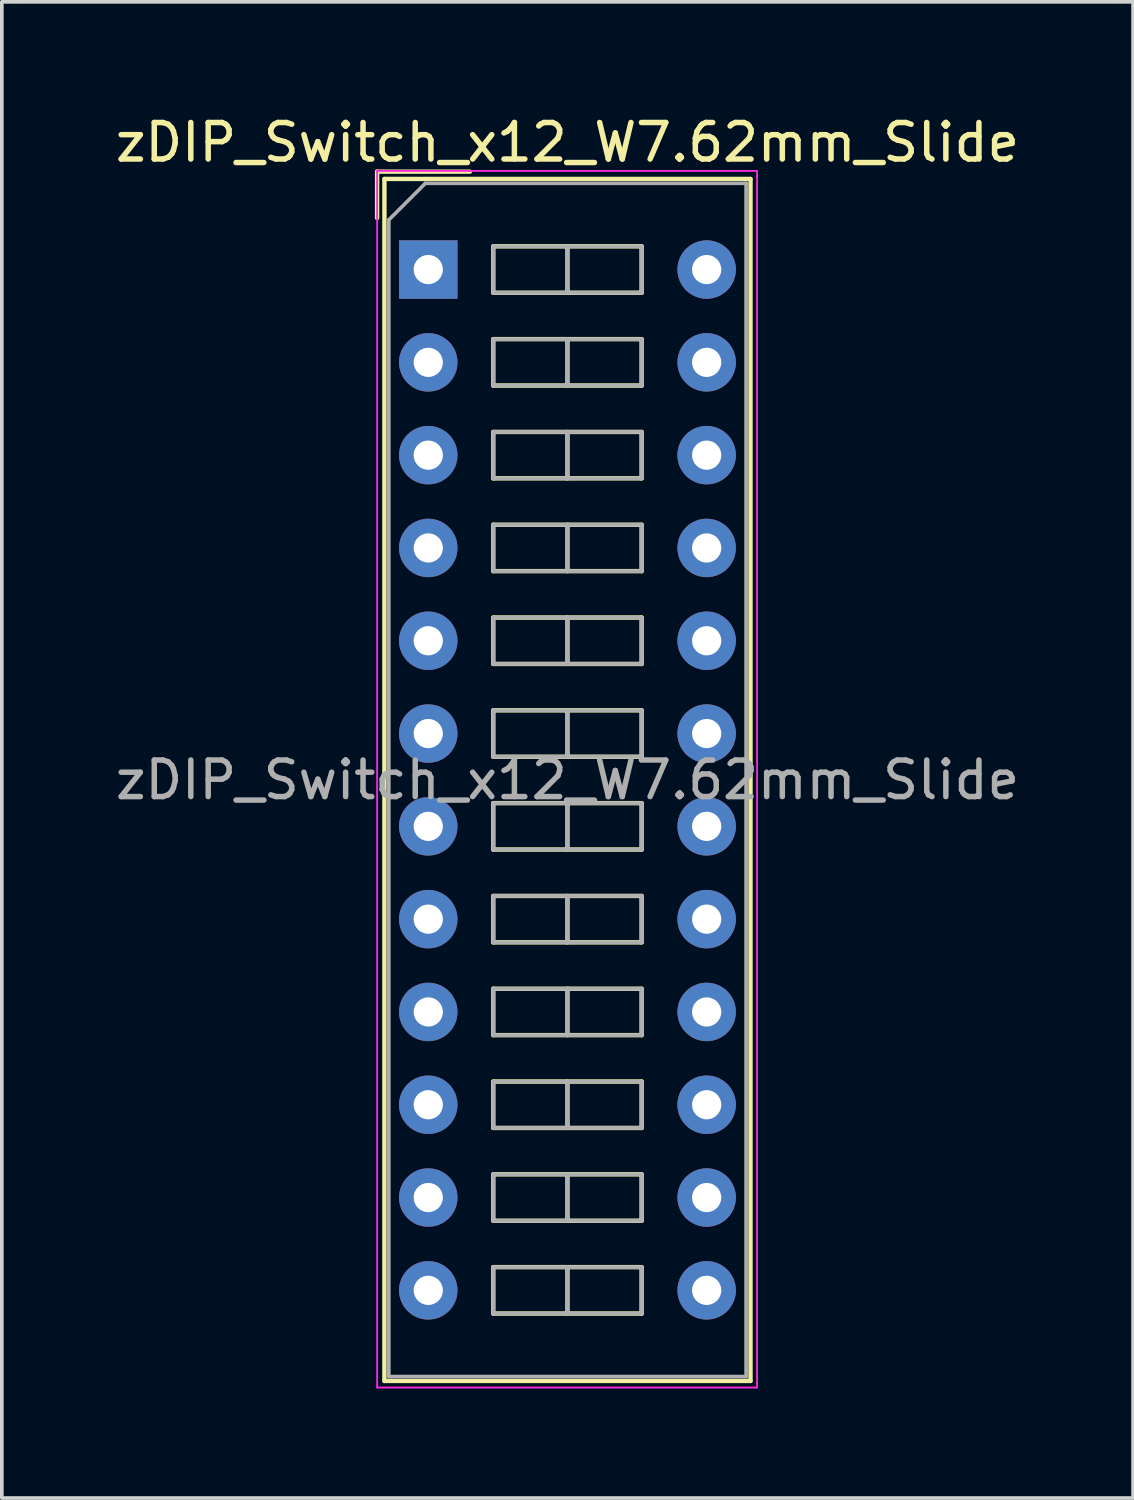
<source format=kicad_pcb>
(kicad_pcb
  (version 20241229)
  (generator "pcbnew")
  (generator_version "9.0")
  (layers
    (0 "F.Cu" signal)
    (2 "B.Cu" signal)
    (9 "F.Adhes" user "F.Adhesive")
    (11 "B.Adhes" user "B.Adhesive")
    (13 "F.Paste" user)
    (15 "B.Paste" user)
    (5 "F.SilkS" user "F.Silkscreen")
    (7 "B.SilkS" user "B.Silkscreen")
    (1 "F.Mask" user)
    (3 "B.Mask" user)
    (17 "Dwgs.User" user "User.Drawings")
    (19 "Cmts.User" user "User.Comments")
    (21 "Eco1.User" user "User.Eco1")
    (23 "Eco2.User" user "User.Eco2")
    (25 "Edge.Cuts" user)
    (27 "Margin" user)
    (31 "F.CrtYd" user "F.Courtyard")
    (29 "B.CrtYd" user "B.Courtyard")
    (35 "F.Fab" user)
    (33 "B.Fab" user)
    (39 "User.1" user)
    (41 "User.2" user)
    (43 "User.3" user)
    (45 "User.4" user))
  (footprint "zDIP_Switch_x12_W7.62mm_Slide"
    (layer "F.Cu")
    (at 8.672 4.328)
    (property "Reference" "zDIP_Switch_x12_W7.62mm_Slide" (at 3.81 -3.48 0) (layer "F.SilkS") (effects (font (size 1 1) (thickness 0.15))))
    (attr through_hole)
    (fp_line (start -1.4 -2.68) (end -1.4 -1.41) (stroke (width 0.12) (type solid)) (layer "F.SilkS"))
    (fp_line (start -1.4 -2.68) (end 1.14 -2.68) (stroke (width 0.12) (type solid)) (layer "F.SilkS"))
    (fp_line (start -1.2 -2.48) (end 8.82 -2.48) (stroke (width 0.12) (type solid)) (layer "F.SilkS"))
    (fp_line (start -1.2 30.42) (end -1.2 -2.48) (stroke (width 0.12) (type solid)) (layer "F.SilkS"))
    (fp_line (start 1.78 -0.635) (end 1.78 0.635) (stroke (width 0.12) (type solid)) (layer "F.SilkS"))
    (fp_line (start 1.78 0.635) (end 5.84 0.635) (stroke (width 0.12) (type solid)) (layer "F.SilkS"))
    (fp_line (start 1.78 1.905) (end 1.78 3.175) (stroke (width 0.12) (type solid)) (layer "F.SilkS"))
    (fp_line (start 1.78 3.175) (end 5.84 3.175) (stroke (width 0.12) (type solid)) (layer "F.SilkS"))
    (fp_line (start 1.78 4.445) (end 1.78 5.715) (stroke (width 0.12) (type solid)) (layer "F.SilkS"))
    (fp_line (start 1.78 5.715) (end 5.84 5.715) (stroke (width 0.12) (type solid)) (layer "F.SilkS"))
    (fp_line (start 1.78 6.985) (end 1.78 8.255) (stroke (width 0.12) (type solid)) (layer "F.SilkS"))
    (fp_line (start 1.78 8.255) (end 5.84 8.255) (stroke (width 0.12) (type solid)) (layer "F.SilkS"))
    (fp_line (start 1.78 9.525) (end 1.78 10.795) (stroke (width 0.12) (type solid)) (layer "F.SilkS"))
    (fp_line (start 1.78 10.795) (end 5.84 10.795) (stroke (width 0.12) (type solid)) (layer "F.SilkS"))
    (fp_line (start 1.78 12.065) (end 1.78 13.335) (stroke (width 0.12) (type solid)) (layer "F.SilkS"))
    (fp_line (start 1.78 13.335) (end 5.84 13.335) (stroke (width 0.12) (type solid)) (layer "F.SilkS"))
    (fp_line (start 1.78 14.605) (end 1.78 15.875) (stroke (width 0.12) (type solid)) (layer "F.SilkS"))
    (fp_line (start 1.78 15.875) (end 5.84 15.875) (stroke (width 0.12) (type solid)) (layer "F.SilkS"))
    (fp_line (start 1.78 17.145) (end 1.78 18.415) (stroke (width 0.12) (type solid)) (layer "F.SilkS"))
    (fp_line (start 1.78 18.415) (end 5.84 18.415) (stroke (width 0.12) (type solid)) (layer "F.SilkS"))
    (fp_line (start 1.78 19.685) (end 1.78 20.955) (stroke (width 0.12) (type solid)) (layer "F.SilkS"))
    (fp_line (start 1.78 20.955) (end 5.84 20.955) (stroke (width 0.12) (type solid)) (layer "F.SilkS"))
    (fp_line (start 1.78 22.225) (end 1.78 23.495) (stroke (width 0.12) (type solid)) (layer "F.SilkS"))
    (fp_line (start 1.78 23.495) (end 5.84 23.495) (stroke (width 0.12) (type solid)) (layer "F.SilkS"))
    (fp_line (start 1.78 24.765) (end 1.78 26.035) (stroke (width 0.12) (type solid)) (layer "F.SilkS"))
    (fp_line (start 1.78 26.035) (end 5.84 26.035) (stroke (width 0.12) (type solid)) (layer "F.SilkS"))
    (fp_line (start 1.78 27.305) (end 1.78 28.575) (stroke (width 0.12) (type solid)) (layer "F.SilkS"))
    (fp_line (start 1.78 28.575) (end 5.84 28.575) (stroke (width 0.12) (type solid)) (layer "F.SilkS"))
    (fp_line (start 3.81 -0.635) (end 3.81 0.635) (stroke (width 0.12) (type solid)) (layer "F.SilkS"))
    (fp_line (start 3.81 1.905) (end 3.81 3.175) (stroke (width 0.12) (type solid)) (layer "F.SilkS"))
    (fp_line (start 3.81 4.445) (end 3.81 5.715) (stroke (width 0.12) (type solid)) (layer "F.SilkS"))
    (fp_line (start 3.81 6.985) (end 3.81 8.255) (stroke (width 0.12) (type solid)) (layer "F.SilkS"))
    (fp_line (start 3.81 9.525) (end 3.81 10.795) (stroke (width 0.12) (type solid)) (layer "F.SilkS"))
    (fp_line (start 3.81 12.065) (end 3.81 13.335) (stroke (width 0.12) (type solid)) (layer "F.SilkS"))
    (fp_line (start 3.81 14.605) (end 3.81 15.875) (stroke (width 0.12) (type solid)) (layer "F.SilkS"))
    (fp_line (start 3.81 17.145) (end 3.81 18.415) (stroke (width 0.12) (type solid)) (layer "F.SilkS"))
    (fp_line (start 3.81 19.685) (end 3.81 20.955) (stroke (width 0.12) (type solid)) (layer "F.SilkS"))
    (fp_line (start 3.81 22.225) (end 3.81 23.495) (stroke (width 0.12) (type solid)) (layer "F.SilkS"))
    (fp_line (start 3.81 24.765) (end 3.81 26.035) (stroke (width 0.12) (type solid)) (layer "F.SilkS"))
    (fp_line (start 3.81 27.305) (end 3.81 28.575) (stroke (width 0.12) (type solid)) (layer "F.SilkS"))
    (fp_line (start 5.84 -0.635) (end 1.78 -0.635) (stroke (width 0.12) (type solid)) (layer "F.SilkS"))
    (fp_line (start 5.84 0.635) (end 5.84 -0.635) (stroke (width 0.12) (type solid)) (layer "F.SilkS"))
    (fp_line (start 5.84 1.905) (end 1.78 1.905) (stroke (width 0.12) (type solid)) (layer "F.SilkS"))
    (fp_line (start 5.84 3.175) (end 5.84 1.905) (stroke (width 0.12) (type solid)) (layer "F.SilkS"))
    (fp_line (start 5.84 4.445) (end 1.78 4.445) (stroke (width 0.12) (type solid)) (layer "F.SilkS"))
    (fp_line (start 5.84 5.715) (end 5.84 4.445) (stroke (width 0.12) (type solid)) (layer "F.SilkS"))
    (fp_line (start 5.84 6.985) (end 1.78 6.985) (stroke (width 0.12) (type solid)) (layer "F.SilkS"))
    (fp_line (start 5.84 8.255) (end 5.84 6.985) (stroke (width 0.12) (type solid)) (layer "F.SilkS"))
    (fp_line (start 5.84 9.525) (end 1.78 9.525) (stroke (width 0.12) (type solid)) (layer "F.SilkS"))
    (fp_line (start 5.84 10.795) (end 5.84 9.525) (stroke (width 0.12) (type solid)) (layer "F.SilkS"))
    (fp_line (start 5.84 12.065) (end 1.78 12.065) (stroke (width 0.12) (type solid)) (layer "F.SilkS"))
    (fp_line (start 5.84 13.335) (end 5.84 12.065) (stroke (width 0.12) (type solid)) (layer "F.SilkS"))
    (fp_line (start 5.84 14.605) (end 1.78 14.605) (stroke (width 0.12) (type solid)) (layer "F.SilkS"))
    (fp_line (start 5.84 15.875) (end 5.84 14.605) (stroke (width 0.12) (type solid)) (layer "F.SilkS"))
    (fp_line (start 5.84 17.145) (end 1.78 17.145) (stroke (width 0.12) (type solid)) (layer "F.SilkS"))
    (fp_line (start 5.84 18.415) (end 5.84 17.145) (stroke (width 0.12) (type solid)) (layer "F.SilkS"))
    (fp_line (start 5.84 19.685) (end 1.78 19.685) (stroke (width 0.12) (type solid)) (layer "F.SilkS"))
    (fp_line (start 5.84 20.955) (end 5.84 19.685) (stroke (width 0.12) (type solid)) (layer "F.SilkS"))
    (fp_line (start 5.84 22.225) (end 1.78 22.225) (stroke (width 0.12) (type solid)) (layer "F.SilkS"))
    (fp_line (start 5.84 23.495) (end 5.84 22.225) (stroke (width 0.12) (type solid)) (layer "F.SilkS"))
    (fp_line (start 5.84 24.765) (end 1.78 24.765) (stroke (width 0.12) (type solid)) (layer "F.SilkS"))
    (fp_line (start 5.84 26.035) (end 5.84 24.765) (stroke (width 0.12) (type solid)) (layer "F.SilkS"))
    (fp_line (start 5.84 27.305) (end 1.78 27.305) (stroke (width 0.12) (type solid)) (layer "F.SilkS"))
    (fp_line (start 5.84 28.575) (end 5.84 27.305) (stroke (width 0.12) (type solid)) (layer "F.SilkS"))
    (fp_line (start 8.82 -2.48) (end 8.82 30.42) (stroke (width 0.12) (type solid)) (layer "F.SilkS"))
    (fp_line (start 8.82 30.42) (end -1.2 30.42) (stroke (width 0.12) (type solid)) (layer "F.SilkS"))
    (fp_line (start -1.4 -2.7) (end -1.4 30.6) (stroke (width 0.05) (type solid)) (layer "F.CrtYd"))
    (fp_line (start -1.4 30.6) (end 9 30.6) (stroke (width 0.05) (type solid)) (layer "F.CrtYd"))
    (fp_line (start 9 -2.7) (end -1.4 -2.7) (stroke (width 0.05) (type solid)) (layer "F.CrtYd"))
    (fp_line (start 9 30.6) (end 9 -2.7) (stroke (width 0.05) (type solid)) (layer "F.CrtYd"))
    (fp_line (start -1.08 -1.36) (end -0.08 -2.36) (stroke (width 0.1) (type solid)) (layer "F.Fab"))
    (fp_line (start -1.08 30.3) (end -1.08 -1.36) (stroke (width 0.1) (type solid)) (layer "F.Fab"))
    (fp_line (start -0.08 -2.36) (end 8.7 -2.36) (stroke (width 0.1) (type solid)) (layer "F.Fab"))
    (fp_line (start 1.78 -0.635) (end 1.78 0.635) (stroke (width 0.1) (type solid)) (layer "F.Fab"))
    (fp_line (start 1.78 0.635) (end 5.84 0.635) (stroke (width 0.1) (type solid)) (layer "F.Fab"))
    (fp_line (start 1.78 1.905) (end 1.78 3.175) (stroke (width 0.1) (type solid)) (layer "F.Fab"))
    (fp_line (start 1.78 3.175) (end 5.84 3.175) (stroke (width 0.1) (type solid)) (layer "F.Fab"))
    (fp_line (start 1.78 4.445) (end 1.78 5.715) (stroke (width 0.1) (type solid)) (layer "F.Fab"))
    (fp_line (start 1.78 5.715) (end 5.84 5.715) (stroke (width 0.1) (type solid)) (layer "F.Fab"))
    (fp_line (start 1.78 6.985) (end 1.78 8.255) (stroke (width 0.1) (type solid)) (layer "F.Fab"))
    (fp_line (start 1.78 8.255) (end 5.84 8.255) (stroke (width 0.1) (type solid)) (layer "F.Fab"))
    (fp_line (start 1.78 9.525) (end 1.78 10.795) (stroke (width 0.1) (type solid)) (layer "F.Fab"))
    (fp_line (start 1.78 10.795) (end 5.84 10.795) (stroke (width 0.1) (type solid)) (layer "F.Fab"))
    (fp_line (start 1.78 12.065) (end 1.78 13.335) (stroke (width 0.1) (type solid)) (layer "F.Fab"))
    (fp_line (start 1.78 13.335) (end 5.84 13.335) (stroke (width 0.1) (type solid)) (layer "F.Fab"))
    (fp_line (start 1.78 14.605) (end 1.78 15.875) (stroke (width 0.1) (type solid)) (layer "F.Fab"))
    (fp_line (start 1.78 15.875) (end 5.84 15.875) (stroke (width 0.1) (type solid)) (layer "F.Fab"))
    (fp_line (start 1.78 17.145) (end 1.78 18.415) (stroke (width 0.1) (type solid)) (layer "F.Fab"))
    (fp_line (start 1.78 18.415) (end 5.84 18.415) (stroke (width 0.1) (type solid)) (layer "F.Fab"))
    (fp_line (start 1.78 19.685) (end 1.78 20.955) (stroke (width 0.1) (type solid)) (layer "F.Fab"))
    (fp_line (start 1.78 20.955) (end 5.84 20.955) (stroke (width 0.1) (type solid)) (layer "F.Fab"))
    (fp_line (start 1.78 22.225) (end 1.78 23.495) (stroke (width 0.1) (type solid)) (layer "F.Fab"))
    (fp_line (start 1.78 23.495) (end 5.84 23.495) (stroke (width 0.1) (type solid)) (layer "F.Fab"))
    (fp_line (start 1.78 24.765) (end 1.78 26.035) (stroke (width 0.1) (type solid)) (layer "F.Fab"))
    (fp_line (start 1.78 26.035) (end 5.84 26.035) (stroke (width 0.1) (type solid)) (layer "F.Fab"))
    (fp_line (start 1.78 27.305) (end 1.78 28.575) (stroke (width 0.1) (type solid)) (layer "F.Fab"))
    (fp_line (start 1.78 28.575) (end 5.84 28.575) (stroke (width 0.1) (type solid)) (layer "F.Fab"))
    (fp_line (start 3.81 -0.635) (end 3.81 0.635) (stroke (width 0.1) (type solid)) (layer "F.Fab"))
    (fp_line (start 3.81 1.905) (end 3.81 3.175) (stroke (width 0.1) (type solid)) (layer "F.Fab"))
    (fp_line (start 3.81 4.445) (end 3.81 5.715) (stroke (width 0.1) (type solid)) (layer "F.Fab"))
    (fp_line (start 3.81 6.985) (end 3.81 8.255) (stroke (width 0.1) (type solid)) (layer "F.Fab"))
    (fp_line (start 3.81 9.525) (end 3.81 10.795) (stroke (width 0.1) (type solid)) (layer "F.Fab"))
    (fp_line (start 3.81 12.065) (end 3.81 13.335) (stroke (width 0.1) (type solid)) (layer "F.Fab"))
    (fp_line (start 3.81 14.605) (end 3.81 15.875) (stroke (width 0.1) (type solid)) (layer "F.Fab"))
    (fp_line (start 3.81 17.145) (end 3.81 18.415) (stroke (width 0.1) (type solid)) (layer "F.Fab"))
    (fp_line (start 3.81 19.685) (end 3.81 20.955) (stroke (width 0.1) (type solid)) (layer "F.Fab"))
    (fp_line (start 3.81 22.225) (end 3.81 23.495) (stroke (width 0.1) (type solid)) (layer "F.Fab"))
    (fp_line (start 3.81 24.765) (end 3.81 26.035) (stroke (width 0.1) (type solid)) (layer "F.Fab"))
    (fp_line (start 3.81 27.305) (end 3.81 28.575) (stroke (width 0.1) (type solid)) (layer "F.Fab"))
    (fp_line (start 5.84 -0.635) (end 1.78 -0.635) (stroke (width 0.1) (type solid)) (layer "F.Fab"))
    (fp_line (start 5.84 0.635) (end 5.84 -0.635) (stroke (width 0.1) (type solid)) (layer "F.Fab"))
    (fp_line (start 5.84 1.905) (end 1.78 1.905) (stroke (width 0.1) (type solid)) (layer "F.Fab"))
    (fp_line (start 5.84 3.175) (end 5.84 1.905) (stroke (width 0.1) (type solid)) (layer "F.Fab"))
    (fp_line (start 5.84 4.445) (end 1.78 4.445) (stroke (width 0.1) (type solid)) (layer "F.Fab"))
    (fp_line (start 5.84 5.715) (end 5.84 4.445) (stroke (width 0.1) (type solid)) (layer "F.Fab"))
    (fp_line (start 5.84 6.985) (end 1.78 6.985) (stroke (width 0.1) (type solid)) (layer "F.Fab"))
    (fp_line (start 5.84 8.255) (end 5.84 6.985) (stroke (width 0.1) (type solid)) (layer "F.Fab"))
    (fp_line (start 5.84 9.525) (end 1.78 9.525) (stroke (width 0.1) (type solid)) (layer "F.Fab"))
    (fp_line (start 5.84 10.795) (end 5.84 9.525) (stroke (width 0.1) (type solid)) (layer "F.Fab"))
    (fp_line (start 5.84 12.065) (end 1.78 12.065) (stroke (width 0.1) (type solid)) (layer "F.Fab"))
    (fp_line (start 5.84 13.335) (end 5.84 12.065) (stroke (width 0.1) (type solid)) (layer "F.Fab"))
    (fp_line (start 5.84 14.605) (end 1.78 14.605) (stroke (width 0.1) (type solid)) (layer "F.Fab"))
    (fp_line (start 5.84 15.875) (end 5.84 14.605) (stroke (width 0.1) (type solid)) (layer "F.Fab"))
    (fp_line (start 5.84 17.145) (end 1.78 17.145) (stroke (width 0.1) (type solid)) (layer "F.Fab"))
    (fp_line (start 5.84 18.415) (end 5.84 17.145) (stroke (width 0.1) (type solid)) (layer "F.Fab"))
    (fp_line (start 5.84 19.685) (end 1.78 19.685) (stroke (width 0.1) (type solid)) (layer "F.Fab"))
    (fp_line (start 5.84 20.955) (end 5.84 19.685) (stroke (width 0.1) (type solid)) (layer "F.Fab"))
    (fp_line (start 5.84 22.225) (end 1.78 22.225) (stroke (width 0.1) (type solid)) (layer "F.Fab"))
    (fp_line (start 5.84 23.495) (end 5.84 22.225) (stroke (width 0.1) (type solid)) (layer "F.Fab"))
    (fp_line (start 5.84 24.765) (end 1.78 24.765) (stroke (width 0.1) (type solid)) (layer "F.Fab"))
    (fp_line (start 5.84 26.035) (end 5.84 24.765) (stroke (width 0.1) (type solid)) (layer "F.Fab"))
    (fp_line (start 5.84 27.305) (end 1.78 27.305) (stroke (width 0.1) (type solid)) (layer "F.Fab"))
    (fp_line (start 5.84 28.575) (end 5.84 27.305) (stroke (width 0.1) (type solid)) (layer "F.Fab"))
    (fp_line (start 8.7 -2.36) (end 8.7 30.3) (stroke (width 0.1) (type solid)) (layer "F.Fab"))
    (fp_line (start 8.7 30.3) (end -1.08 30.3) (stroke (width 0.1) (type solid)) (layer "F.Fab"))
    (fp_text user "${REFERENCE}" (at 3.81 13.97 0) (layer "F.Fab") (effects (font (size 1 1) (thickness 0.15))))
    (pad "1" thru_hole rect (at 0 0) (size 1.6 1.6) (drill 0.8) (layers "*.Cu" "*.Mask"))
    (pad "2" thru_hole oval (at 0 2.54) (size 1.6 1.6) (drill 0.8) (layers "*.Cu" "*.Mask"))
    (pad "3" thru_hole oval (at 0 5.08) (size 1.6 1.6) (drill 0.8) (layers "*.Cu" "*.Mask"))
    (pad "4" thru_hole oval (at 0 7.62) (size 1.6 1.6) (drill 0.8) (layers "*.Cu" "*.Mask"))
    (pad "5" thru_hole oval (at 0 10.16) (size 1.6 1.6) (drill 0.8) (layers "*.Cu" "*.Mask"))
    (pad "6" thru_hole oval (at 0 12.7) (size 1.6 1.6) (drill 0.8) (layers "*.Cu" "*.Mask"))
    (pad "7" thru_hole oval (at 0 15.24) (size 1.6 1.6) (drill 0.8) (layers "*.Cu" "*.Mask"))
    (pad "8" thru_hole oval (at 0 17.78) (size 1.6 1.6) (drill 0.8) (layers "*.Cu" "*.Mask"))
    (pad "9" thru_hole oval (at 0 20.32) (size 1.6 1.6) (drill 0.8) (layers "*.Cu" "*.Mask"))
    (pad "10" thru_hole oval (at 0 22.86) (size 1.6 1.6) (drill 0.8) (layers "*.Cu" "*.Mask"))
    (pad "11" thru_hole oval (at 0 25.4) (size 1.6 1.6) (drill 0.8) (layers "*.Cu" "*.Mask"))
    (pad "12" thru_hole oval (at 0 27.94) (size 1.6 1.6) (drill 0.8) (layers "*.Cu" "*.Mask"))
    (pad "13" thru_hole oval (at 7.62 27.94) (size 1.6 1.6) (drill 0.8) (layers "*.Cu" "*.Mask"))
    (pad "14" thru_hole oval (at 7.62 25.4) (size 1.6 1.6) (drill 0.8) (layers "*.Cu" "*.Mask"))
    (pad "15" thru_hole oval (at 7.62 22.86) (size 1.6 1.6) (drill 0.8) (layers "*.Cu" "*.Mask"))
    (pad "16" thru_hole oval (at 7.62 20.32) (size 1.6 1.6) (drill 0.8) (layers "*.Cu" "*.Mask"))
    (pad "17" thru_hole oval (at 7.62 17.78) (size 1.6 1.6) (drill 0.8) (layers "*.Cu" "*.Mask"))
    (pad "18" thru_hole oval (at 7.62 15.24) (size 1.6 1.6) (drill 0.8) (layers "*.Cu" "*.Mask"))
    (pad "19" thru_hole oval (at 7.62 12.7) (size 1.6 1.6) (drill 0.8) (layers "*.Cu" "*.Mask"))
    (pad "20" thru_hole oval (at 7.62 10.16) (size 1.6 1.6) (drill 0.8) (layers "*.Cu" "*.Mask"))
    (pad "21" thru_hole oval (at 7.62 7.62) (size 1.6 1.6) (drill 0.8) (layers "*.Cu" "*.Mask"))
    (pad "22" thru_hole oval (at 7.62 5.08) (size 1.6 1.6) (drill 0.8) (layers "*.Cu" "*.Mask"))
    (pad "23" thru_hole oval (at 7.62 2.54) (size 1.6 1.6) (drill 0.8) (layers "*.Cu" "*.Mask"))
    (pad "24" thru_hole oval (at 7.62 0) (size 1.6 1.6) (drill 0.8) (layers "*.Cu" "*.Mask")))
  (gr_rect
    (start -3 -3)
    (end 27.964 37.953)
    (stroke (width 0.1) (type default))
    (fill no)
    (layer "Edge.Cuts")))
</source>
